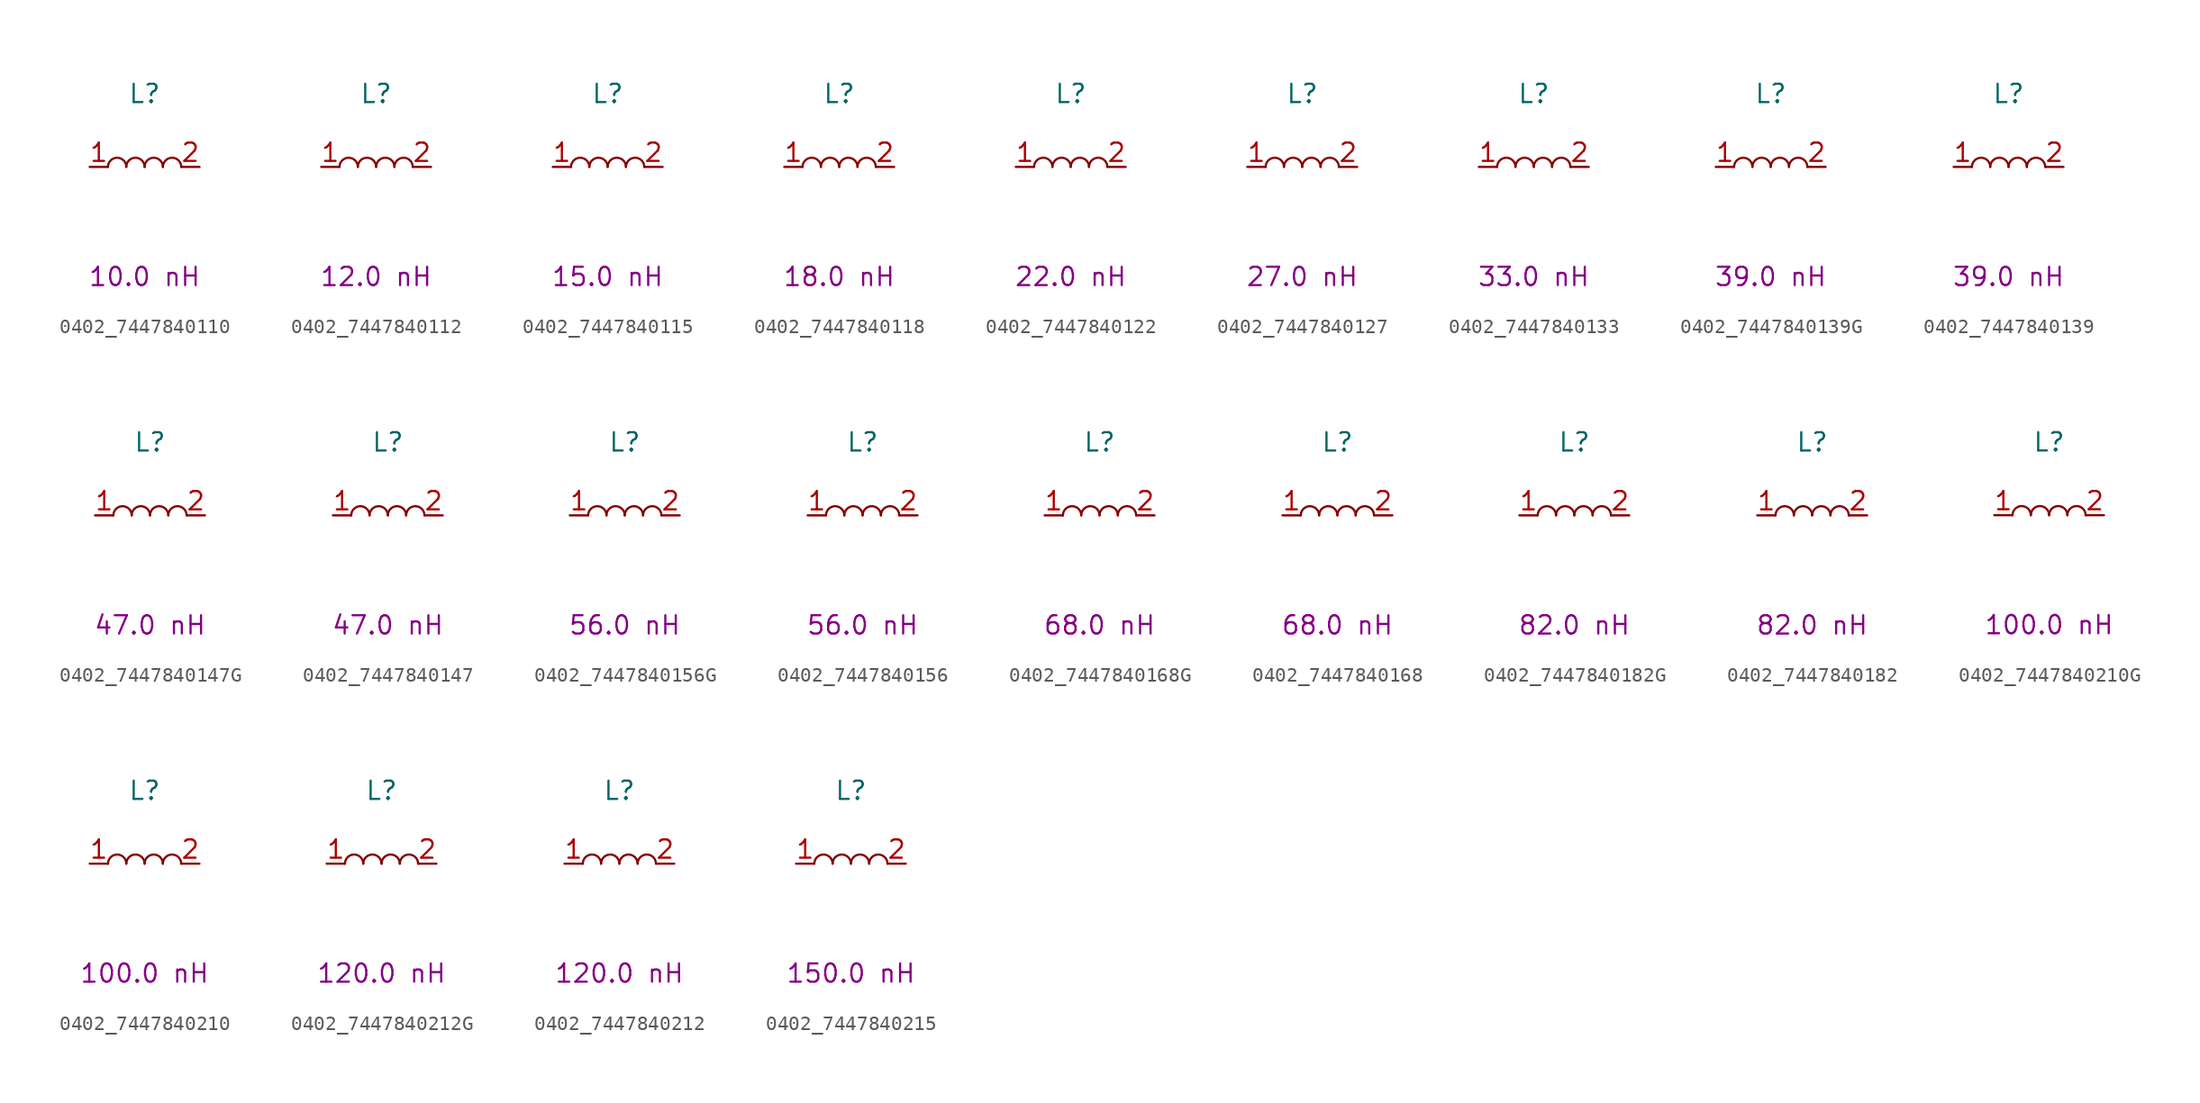
<source format=kicad_sym>
(kicad_symbol_lib
  (version 20220914)
  (generator kicad_symbol_editor)
  (symbol "0402_7447840110"
    (pin_names hide)
    (property "Reference" "L"
      (at 0 5.08 0)
      (effects (font (size 1.27 1.27))))
    (property "Critical Parameter" "10.0 nH"
      (at 0 -7.62 0)
      (effects (font (size 1.27 1.27))))
    (symbol "0402_7447840110_0_1"
      (arc (start -1.27 0) (mid -1.905 0.6323) (end -2.54 0) (stroke (width 0) (type default)) (fill (type none)))
      (arc (start 0 0) (mid -0.635 0.6323) (end -1.27 0) (stroke (width 0) (type default)) (fill (type none)))
      (arc (start 1.27 0) (mid 0.635 0.6323) (end 0 0) (stroke (width 0) (type default)) (fill (type none)))
      (arc (start 2.54 0) (mid 1.905 0.6323) (end 1.27 0) (stroke (width 0) (type default)) (fill (type none))))
    (symbol "0402_7447840110_1_1"
      (pin passive line (at -3.81 0 0) (length 1.27) (name "1" (effects (font (size 1.27 1.27)))) (number "1" (effects (font (size 1.27 1.27)))))
      (pin passive line (at 3.81 0 180) (length 1.27) (name "2" (effects (font (size 1.27 1.27)))) (number "2" (effects (font (size 1.27 1.27)))))))
  (symbol "0402_7447840112"
    (pin_names hide)
    (property "Reference" "L"
      (at 0 5.08 0)
      (effects (font (size 1.27 1.27))))
    (property "Critical Parameter" "12.0 nH"
      (at 0 -7.62 0)
      (effects (font (size 1.27 1.27))))
    (symbol "0402_7447840112_0_1"
      (arc (start -1.27 0) (mid -1.905 0.6323) (end -2.54 0) (stroke (width 0) (type default)) (fill (type none)))
      (arc (start 0 0) (mid -0.635 0.6323) (end -1.27 0) (stroke (width 0) (type default)) (fill (type none)))
      (arc (start 1.27 0) (mid 0.635 0.6323) (end 0 0) (stroke (width 0) (type default)) (fill (type none)))
      (arc (start 2.54 0) (mid 1.905 0.6323) (end 1.27 0) (stroke (width 0) (type default)) (fill (type none))))
    (symbol "0402_7447840112_1_1"
      (pin passive line (at -3.81 0 0) (length 1.27) (name "1" (effects (font (size 1.27 1.27)))) (number "1" (effects (font (size 1.27 1.27)))))
      (pin passive line (at 3.81 0 180) (length 1.27) (name "2" (effects (font (size 1.27 1.27)))) (number "2" (effects (font (size 1.27 1.27)))))))
  (symbol "0402_7447840115"
    (pin_names hide)
    (property "Reference" "L"
      (at 0 5.08 0)
      (effects (font (size 1.27 1.27))))
    (property "Critical Parameter" "15.0 nH"
      (at 0 -7.62 0)
      (effects (font (size 1.27 1.27))))
    (symbol "0402_7447840115_0_1"
      (arc (start -1.27 0) (mid -1.905 0.6323) (end -2.54 0) (stroke (width 0) (type default)) (fill (type none)))
      (arc (start 0 0) (mid -0.635 0.6323) (end -1.27 0) (stroke (width 0) (type default)) (fill (type none)))
      (arc (start 1.27 0) (mid 0.635 0.6323) (end 0 0) (stroke (width 0) (type default)) (fill (type none)))
      (arc (start 2.54 0) (mid 1.905 0.6323) (end 1.27 0) (stroke (width 0) (type default)) (fill (type none))))
    (symbol "0402_7447840115_1_1"
      (pin passive line (at -3.81 0 0) (length 1.27) (name "1" (effects (font (size 1.27 1.27)))) (number "1" (effects (font (size 1.27 1.27)))))
      (pin passive line (at 3.81 0 180) (length 1.27) (name "2" (effects (font (size 1.27 1.27)))) (number "2" (effects (font (size 1.27 1.27)))))))
  (symbol "0402_7447840118"
    (pin_names hide)
    (property "Reference" "L"
      (at 0 5.08 0)
      (effects (font (size 1.27 1.27))))
    (property "Critical Parameter" "18.0 nH"
      (at 0 -7.62 0)
      (effects (font (size 1.27 1.27))))
    (symbol "0402_7447840118_0_1"
      (arc (start -1.27 0) (mid -1.905 0.6323) (end -2.54 0) (stroke (width 0) (type default)) (fill (type none)))
      (arc (start 0 0) (mid -0.635 0.6323) (end -1.27 0) (stroke (width 0) (type default)) (fill (type none)))
      (arc (start 1.27 0) (mid 0.635 0.6323) (end 0 0) (stroke (width 0) (type default)) (fill (type none)))
      (arc (start 2.54 0) (mid 1.905 0.6323) (end 1.27 0) (stroke (width 0) (type default)) (fill (type none))))
    (symbol "0402_7447840118_1_1"
      (pin passive line (at -3.81 0 0) (length 1.27) (name "1" (effects (font (size 1.27 1.27)))) (number "1" (effects (font (size 1.27 1.27)))))
      (pin passive line (at 3.81 0 180) (length 1.27) (name "2" (effects (font (size 1.27 1.27)))) (number "2" (effects (font (size 1.27 1.27)))))))
  (symbol "0402_7447840122"
    (pin_names hide)
    (property "Reference" "L"
      (at 0 5.08 0)
      (effects (font (size 1.27 1.27))))
    (property "Critical Parameter" "22.0 nH"
      (at 0 -7.62 0)
      (effects (font (size 1.27 1.27))))
    (symbol "0402_7447840122_0_1"
      (arc (start -1.27 0) (mid -1.905 0.6323) (end -2.54 0) (stroke (width 0) (type default)) (fill (type none)))
      (arc (start 0 0) (mid -0.635 0.6323) (end -1.27 0) (stroke (width 0) (type default)) (fill (type none)))
      (arc (start 1.27 0) (mid 0.635 0.6323) (end 0 0) (stroke (width 0) (type default)) (fill (type none)))
      (arc (start 2.54 0) (mid 1.905 0.6323) (end 1.27 0) (stroke (width 0) (type default)) (fill (type none))))
    (symbol "0402_7447840122_1_1"
      (pin passive line (at -3.81 0 0) (length 1.27) (name "1" (effects (font (size 1.27 1.27)))) (number "1" (effects (font (size 1.27 1.27)))))
      (pin passive line (at 3.81 0 180) (length 1.27) (name "2" (effects (font (size 1.27 1.27)))) (number "2" (effects (font (size 1.27 1.27)))))))
  (symbol "0402_7447840127"
    (pin_names hide)
    (property "Reference" "L"
      (at 0 5.08 0)
      (effects (font (size 1.27 1.27))))
    (property "Critical Parameter" "27.0 nH"
      (at 0 -7.62 0)
      (effects (font (size 1.27 1.27))))
    (symbol "0402_7447840127_0_1"
      (arc (start -1.27 0) (mid -1.905 0.6323) (end -2.54 0) (stroke (width 0) (type default)) (fill (type none)))
      (arc (start 0 0) (mid -0.635 0.6323) (end -1.27 0) (stroke (width 0) (type default)) (fill (type none)))
      (arc (start 1.27 0) (mid 0.635 0.6323) (end 0 0) (stroke (width 0) (type default)) (fill (type none)))
      (arc (start 2.54 0) (mid 1.905 0.6323) (end 1.27 0) (stroke (width 0) (type default)) (fill (type none))))
    (symbol "0402_7447840127_1_1"
      (pin passive line (at -3.81 0 0) (length 1.27) (name "1" (effects (font (size 1.27 1.27)))) (number "1" (effects (font (size 1.27 1.27)))))
      (pin passive line (at 3.81 0 180) (length 1.27) (name "2" (effects (font (size 1.27 1.27)))) (number "2" (effects (font (size 1.27 1.27)))))))
  (symbol "0402_7447840133"
    (pin_names hide)
    (property "Reference" "L"
      (at 0 5.08 0)
      (effects (font (size 1.27 1.27))))
    (property "Critical Parameter" "33.0 nH"
      (at 0 -7.62 0)
      (effects (font (size 1.27 1.27))))
    (symbol "0402_7447840133_0_1"
      (arc (start -1.27 0) (mid -1.905 0.6323) (end -2.54 0) (stroke (width 0) (type default)) (fill (type none)))
      (arc (start 0 0) (mid -0.635 0.6323) (end -1.27 0) (stroke (width 0) (type default)) (fill (type none)))
      (arc (start 1.27 0) (mid 0.635 0.6323) (end 0 0) (stroke (width 0) (type default)) (fill (type none)))
      (arc (start 2.54 0) (mid 1.905 0.6323) (end 1.27 0) (stroke (width 0) (type default)) (fill (type none))))
    (symbol "0402_7447840133_1_1"
      (pin passive line (at -3.81 0 0) (length 1.27) (name "1" (effects (font (size 1.27 1.27)))) (number "1" (effects (font (size 1.27 1.27)))))
      (pin passive line (at 3.81 0 180) (length 1.27) (name "2" (effects (font (size 1.27 1.27)))) (number "2" (effects (font (size 1.27 1.27)))))))
  (symbol "0402_7447840139G"
    (pin_names hide)
    (property "Reference" "L"
      (at 0 5.08 0)
      (effects (font (size 1.27 1.27))))
    (property "Critical Parameter" "39.0 nH"
      (at 0 -7.62 0)
      (effects (font (size 1.27 1.27))))
    (symbol "0402_7447840139G_0_1"
      (arc (start -1.27 0) (mid -1.905 0.6323) (end -2.54 0) (stroke (width 0) (type default)) (fill (type none)))
      (arc (start 0 0) (mid -0.635 0.6323) (end -1.27 0) (stroke (width 0) (type default)) (fill (type none)))
      (arc (start 1.27 0) (mid 0.635 0.6323) (end 0 0) (stroke (width 0) (type default)) (fill (type none)))
      (arc (start 2.54 0) (mid 1.905 0.6323) (end 1.27 0) (stroke (width 0) (type default)) (fill (type none))))
    (symbol "0402_7447840139G_1_1"
      (pin passive line (at -3.81 0 0) (length 1.27) (name "1" (effects (font (size 1.27 1.27)))) (number "1" (effects (font (size 1.27 1.27)))))
      (pin passive line (at 3.81 0 180) (length 1.27) (name "2" (effects (font (size 1.27 1.27)))) (number "2" (effects (font (size 1.27 1.27)))))))
  (symbol "0402_7447840139"
    (pin_names hide)
    (property "Reference" "L"
      (at 0 5.08 0)
      (effects (font (size 1.27 1.27))))
    (property "Critical Parameter" "39.0 nH"
      (at 0 -7.62 0)
      (effects (font (size 1.27 1.27))))
    (symbol "0402_7447840139_0_1"
      (arc (start -1.27 0) (mid -1.905 0.6323) (end -2.54 0) (stroke (width 0) (type default)) (fill (type none)))
      (arc (start 0 0) (mid -0.635 0.6323) (end -1.27 0) (stroke (width 0) (type default)) (fill (type none)))
      (arc (start 1.27 0) (mid 0.635 0.6323) (end 0 0) (stroke (width 0) (type default)) (fill (type none)))
      (arc (start 2.54 0) (mid 1.905 0.6323) (end 1.27 0) (stroke (width 0) (type default)) (fill (type none))))
    (symbol "0402_7447840139_1_1"
      (pin passive line (at -3.81 0 0) (length 1.27) (name "1" (effects (font (size 1.27 1.27)))) (number "1" (effects (font (size 1.27 1.27)))))
      (pin passive line (at 3.81 0 180) (length 1.27) (name "2" (effects (font (size 1.27 1.27)))) (number "2" (effects (font (size 1.27 1.27)))))))
  (symbol "0402_7447840147G"
    (pin_names hide)
    (property "Reference" "L"
      (at 0 5.08 0)
      (effects (font (size 1.27 1.27))))
    (property "Critical Parameter" "47.0 nH"
      (at 0 -7.62 0)
      (effects (font (size 1.27 1.27))))
    (symbol "0402_7447840147G_0_1"
      (arc (start -1.27 0) (mid -1.905 0.6323) (end -2.54 0) (stroke (width 0) (type default)) (fill (type none)))
      (arc (start 0 0) (mid -0.635 0.6323) (end -1.27 0) (stroke (width 0) (type default)) (fill (type none)))
      (arc (start 1.27 0) (mid 0.635 0.6323) (end 0 0) (stroke (width 0) (type default)) (fill (type none)))
      (arc (start 2.54 0) (mid 1.905 0.6323) (end 1.27 0) (stroke (width 0) (type default)) (fill (type none))))
    (symbol "0402_7447840147G_1_1"
      (pin passive line (at -3.81 0 0) (length 1.27) (name "1" (effects (font (size 1.27 1.27)))) (number "1" (effects (font (size 1.27 1.27)))))
      (pin passive line (at 3.81 0 180) (length 1.27) (name "2" (effects (font (size 1.27 1.27)))) (number "2" (effects (font (size 1.27 1.27)))))))
  (symbol "0402_7447840147"
    (pin_names hide)
    (property "Reference" "L"
      (at 0 5.08 0)
      (effects (font (size 1.27 1.27))))
    (property "Critical Parameter" "47.0 nH"
      (at 0 -7.62 0)
      (effects (font (size 1.27 1.27))))
    (symbol "0402_7447840147_0_1"
      (arc (start -1.27 0) (mid -1.905 0.6323) (end -2.54 0) (stroke (width 0) (type default)) (fill (type none)))
      (arc (start 0 0) (mid -0.635 0.6323) (end -1.27 0) (stroke (width 0) (type default)) (fill (type none)))
      (arc (start 1.27 0) (mid 0.635 0.6323) (end 0 0) (stroke (width 0) (type default)) (fill (type none)))
      (arc (start 2.54 0) (mid 1.905 0.6323) (end 1.27 0) (stroke (width 0) (type default)) (fill (type none))))
    (symbol "0402_7447840147_1_1"
      (pin passive line (at -3.81 0 0) (length 1.27) (name "1" (effects (font (size 1.27 1.27)))) (number "1" (effects (font (size 1.27 1.27)))))
      (pin passive line (at 3.81 0 180) (length 1.27) (name "2" (effects (font (size 1.27 1.27)))) (number "2" (effects (font (size 1.27 1.27)))))))
  (symbol "0402_7447840156G"
    (pin_names hide)
    (property "Reference" "L"
      (at 0 5.08 0)
      (effects (font (size 1.27 1.27))))
    (property "Critical Parameter" "56.0 nH"
      (at 0 -7.62 0)
      (effects (font (size 1.27 1.27))))
    (symbol "0402_7447840156G_0_1"
      (arc (start -1.27 0) (mid -1.905 0.6323) (end -2.54 0) (stroke (width 0) (type default)) (fill (type none)))
      (arc (start 0 0) (mid -0.635 0.6323) (end -1.27 0) (stroke (width 0) (type default)) (fill (type none)))
      (arc (start 1.27 0) (mid 0.635 0.6323) (end 0 0) (stroke (width 0) (type default)) (fill (type none)))
      (arc (start 2.54 0) (mid 1.905 0.6323) (end 1.27 0) (stroke (width 0) (type default)) (fill (type none))))
    (symbol "0402_7447840156G_1_1"
      (pin passive line (at -3.81 0 0) (length 1.27) (name "1" (effects (font (size 1.27 1.27)))) (number "1" (effects (font (size 1.27 1.27)))))
      (pin passive line (at 3.81 0 180) (length 1.27) (name "2" (effects (font (size 1.27 1.27)))) (number "2" (effects (font (size 1.27 1.27)))))))
  (symbol "0402_7447840156"
    (pin_names hide)
    (property "Reference" "L"
      (at 0 5.08 0)
      (effects (font (size 1.27 1.27))))
    (property "Critical Parameter" "56.0 nH"
      (at 0 -7.62 0)
      (effects (font (size 1.27 1.27))))
    (symbol "0402_7447840156_0_1"
      (arc (start -1.27 0) (mid -1.905 0.6323) (end -2.54 0) (stroke (width 0) (type default)) (fill (type none)))
      (arc (start 0 0) (mid -0.635 0.6323) (end -1.27 0) (stroke (width 0) (type default)) (fill (type none)))
      (arc (start 1.27 0) (mid 0.635 0.6323) (end 0 0) (stroke (width 0) (type default)) (fill (type none)))
      (arc (start 2.54 0) (mid 1.905 0.6323) (end 1.27 0) (stroke (width 0) (type default)) (fill (type none))))
    (symbol "0402_7447840156_1_1"
      (pin passive line (at -3.81 0 0) (length 1.27) (name "1" (effects (font (size 1.27 1.27)))) (number "1" (effects (font (size 1.27 1.27)))))
      (pin passive line (at 3.81 0 180) (length 1.27) (name "2" (effects (font (size 1.27 1.27)))) (number "2" (effects (font (size 1.27 1.27)))))))
  (symbol "0402_7447840168G"
    (pin_names hide)
    (property "Reference" "L"
      (at 0 5.08 0)
      (effects (font (size 1.27 1.27))))
    (property "Critical Parameter" "68.0 nH"
      (at 0 -7.62 0)
      (effects (font (size 1.27 1.27))))
    (symbol "0402_7447840168G_0_1"
      (arc (start -1.27 0) (mid -1.905 0.6323) (end -2.54 0) (stroke (width 0) (type default)) (fill (type none)))
      (arc (start 0 0) (mid -0.635 0.6323) (end -1.27 0) (stroke (width 0) (type default)) (fill (type none)))
      (arc (start 1.27 0) (mid 0.635 0.6323) (end 0 0) (stroke (width 0) (type default)) (fill (type none)))
      (arc (start 2.54 0) (mid 1.905 0.6323) (end 1.27 0) (stroke (width 0) (type default)) (fill (type none))))
    (symbol "0402_7447840168G_1_1"
      (pin passive line (at -3.81 0 0) (length 1.27) (name "1" (effects (font (size 1.27 1.27)))) (number "1" (effects (font (size 1.27 1.27)))))
      (pin passive line (at 3.81 0 180) (length 1.27) (name "2" (effects (font (size 1.27 1.27)))) (number "2" (effects (font (size 1.27 1.27)))))))
  (symbol "0402_7447840168"
    (pin_names hide)
    (property "Reference" "L"
      (at 0 5.08 0)
      (effects (font (size 1.27 1.27))))
    (property "Critical Parameter" "68.0 nH"
      (at 0 -7.62 0)
      (effects (font (size 1.27 1.27))))
    (symbol "0402_7447840168_0_1"
      (arc (start -1.27 0) (mid -1.905 0.6323) (end -2.54 0) (stroke (width 0) (type default)) (fill (type none)))
      (arc (start 0 0) (mid -0.635 0.6323) (end -1.27 0) (stroke (width 0) (type default)) (fill (type none)))
      (arc (start 1.27 0) (mid 0.635 0.6323) (end 0 0) (stroke (width 0) (type default)) (fill (type none)))
      (arc (start 2.54 0) (mid 1.905 0.6323) (end 1.27 0) (stroke (width 0) (type default)) (fill (type none))))
    (symbol "0402_7447840168_1_1"
      (pin passive line (at -3.81 0 0) (length 1.27) (name "1" (effects (font (size 1.27 1.27)))) (number "1" (effects (font (size 1.27 1.27)))))
      (pin passive line (at 3.81 0 180) (length 1.27) (name "2" (effects (font (size 1.27 1.27)))) (number "2" (effects (font (size 1.27 1.27)))))))
  (symbol "0402_7447840182G"
    (pin_names hide)
    (property "Reference" "L"
      (at 0 5.08 0)
      (effects (font (size 1.27 1.27))))
    (property "Critical Parameter" "82.0 nH"
      (at 0 -7.62 0)
      (effects (font (size 1.27 1.27))))
    (symbol "0402_7447840182G_0_1"
      (arc (start -1.27 0) (mid -1.905 0.6323) (end -2.54 0) (stroke (width 0) (type default)) (fill (type none)))
      (arc (start 0 0) (mid -0.635 0.6323) (end -1.27 0) (stroke (width 0) (type default)) (fill (type none)))
      (arc (start 1.27 0) (mid 0.635 0.6323) (end 0 0) (stroke (width 0) (type default)) (fill (type none)))
      (arc (start 2.54 0) (mid 1.905 0.6323) (end 1.27 0) (stroke (width 0) (type default)) (fill (type none))))
    (symbol "0402_7447840182G_1_1"
      (pin passive line (at -3.81 0 0) (length 1.27) (name "1" (effects (font (size 1.27 1.27)))) (number "1" (effects (font (size 1.27 1.27)))))
      (pin passive line (at 3.81 0 180) (length 1.27) (name "2" (effects (font (size 1.27 1.27)))) (number "2" (effects (font (size 1.27 1.27)))))))
  (symbol "0402_7447840182"
    (pin_names hide)
    (property "Reference" "L"
      (at 0 5.08 0)
      (effects (font (size 1.27 1.27))))
    (property "Critical Parameter" "82.0 nH"
      (at 0 -7.62 0)
      (effects (font (size 1.27 1.27))))
    (symbol "0402_7447840182_0_1"
      (arc (start -1.27 0) (mid -1.905 0.6323) (end -2.54 0) (stroke (width 0) (type default)) (fill (type none)))
      (arc (start 0 0) (mid -0.635 0.6323) (end -1.27 0) (stroke (width 0) (type default)) (fill (type none)))
      (arc (start 1.27 0) (mid 0.635 0.6323) (end 0 0) (stroke (width 0) (type default)) (fill (type none)))
      (arc (start 2.54 0) (mid 1.905 0.6323) (end 1.27 0) (stroke (width 0) (type default)) (fill (type none))))
    (symbol "0402_7447840182_1_1"
      (pin passive line (at -3.81 0 0) (length 1.27) (name "1" (effects (font (size 1.27 1.27)))) (number "1" (effects (font (size 1.27 1.27)))))
      (pin passive line (at 3.81 0 180) (length 1.27) (name "2" (effects (font (size 1.27 1.27)))) (number "2" (effects (font (size 1.27 1.27)))))))
  (symbol "0402_7447840210G"
    (pin_names hide)
    (property "Reference" "L"
      (at 0 5.08 0)
      (effects (font (size 1.27 1.27))))
    (property "Critical Parameter" "100.0 nH"
      (at 0 -7.62 0)
      (effects (font (size 1.27 1.27))))
    (symbol "0402_7447840210G_0_1"
      (arc (start -1.27 0) (mid -1.905 0.6323) (end -2.54 0) (stroke (width 0) (type default)) (fill (type none)))
      (arc (start 0 0) (mid -0.635 0.6323) (end -1.27 0) (stroke (width 0) (type default)) (fill (type none)))
      (arc (start 1.27 0) (mid 0.635 0.6323) (end 0 0) (stroke (width 0) (type default)) (fill (type none)))
      (arc (start 2.54 0) (mid 1.905 0.6323) (end 1.27 0) (stroke (width 0) (type default)) (fill (type none))))
    (symbol "0402_7447840210G_1_1"
      (pin passive line (at -3.81 0 0) (length 1.27) (name "1" (effects (font (size 1.27 1.27)))) (number "1" (effects (font (size 1.27 1.27)))))
      (pin passive line (at 3.81 0 180) (length 1.27) (name "2" (effects (font (size 1.27 1.27)))) (number "2" (effects (font (size 1.27 1.27)))))))
  (symbol "0402_7447840210"
    (pin_names hide)
    (property "Reference" "L"
      (at 0 5.08 0)
      (effects (font (size 1.27 1.27))))
    (property "Critical Parameter" "100.0 nH"
      (at 0 -7.62 0)
      (effects (font (size 1.27 1.27))))
    (symbol "0402_7447840210_0_1"
      (arc (start -1.27 0) (mid -1.905 0.6323) (end -2.54 0) (stroke (width 0) (type default)) (fill (type none)))
      (arc (start 0 0) (mid -0.635 0.6323) (end -1.27 0) (stroke (width 0) (type default)) (fill (type none)))
      (arc (start 1.27 0) (mid 0.635 0.6323) (end 0 0) (stroke (width 0) (type default)) (fill (type none)))
      (arc (start 2.54 0) (mid 1.905 0.6323) (end 1.27 0) (stroke (width 0) (type default)) (fill (type none))))
    (symbol "0402_7447840210_1_1"
      (pin passive line (at -3.81 0 0) (length 1.27) (name "1" (effects (font (size 1.27 1.27)))) (number "1" (effects (font (size 1.27 1.27)))))
      (pin passive line (at 3.81 0 180) (length 1.27) (name "2" (effects (font (size 1.27 1.27)))) (number "2" (effects (font (size 1.27 1.27)))))))
  (symbol "0402_7447840212G"
    (pin_names hide)
    (property "Reference" "L"
      (at 0 5.08 0)
      (effects (font (size 1.27 1.27))))
    (property "Critical Parameter" "120.0 nH"
      (at 0 -7.62 0)
      (effects (font (size 1.27 1.27))))
    (symbol "0402_7447840212G_0_1"
      (arc (start -1.27 0) (mid -1.905 0.6323) (end -2.54 0) (stroke (width 0) (type default)) (fill (type none)))
      (arc (start 0 0) (mid -0.635 0.6323) (end -1.27 0) (stroke (width 0) (type default)) (fill (type none)))
      (arc (start 1.27 0) (mid 0.635 0.6323) (end 0 0) (stroke (width 0) (type default)) (fill (type none)))
      (arc (start 2.54 0) (mid 1.905 0.6323) (end 1.27 0) (stroke (width 0) (type default)) (fill (type none))))
    (symbol "0402_7447840212G_1_1"
      (pin passive line (at -3.81 0 0) (length 1.27) (name "1" (effects (font (size 1.27 1.27)))) (number "1" (effects (font (size 1.27 1.27)))))
      (pin passive line (at 3.81 0 180) (length 1.27) (name "2" (effects (font (size 1.27 1.27)))) (number "2" (effects (font (size 1.27 1.27)))))))
  (symbol "0402_7447840212"
    (pin_names hide)
    (property "Reference" "L"
      (at 0 5.08 0)
      (effects (font (size 1.27 1.27))))
    (property "Critical Parameter" "120.0 nH"
      (at 0 -7.62 0)
      (effects (font (size 1.27 1.27))))
    (symbol "0402_7447840212_0_1"
      (arc (start -1.27 0) (mid -1.905 0.6323) (end -2.54 0) (stroke (width 0) (type default)) (fill (type none)))
      (arc (start 0 0) (mid -0.635 0.6323) (end -1.27 0) (stroke (width 0) (type default)) (fill (type none)))
      (arc (start 1.27 0) (mid 0.635 0.6323) (end 0 0) (stroke (width 0) (type default)) (fill (type none)))
      (arc (start 2.54 0) (mid 1.905 0.6323) (end 1.27 0) (stroke (width 0) (type default)) (fill (type none))))
    (symbol "0402_7447840212_1_1"
      (pin passive line (at -3.81 0 0) (length 1.27) (name "1" (effects (font (size 1.27 1.27)))) (number "1" (effects (font (size 1.27 1.27)))))
      (pin passive line (at 3.81 0 180) (length 1.27) (name "2" (effects (font (size 1.27 1.27)))) (number "2" (effects (font (size 1.27 1.27)))))))
  (symbol "0402_7447840215"
    (pin_names hide)
    (property "Reference" "L"
      (at 0 5.08 0)
      (effects (font (size 1.27 1.27))))
    (property "Critical Parameter" "150.0 nH"
      (at 0 -7.62 0)
      (effects (font (size 1.27 1.27))))
    (symbol "0402_7447840215_0_1"
      (arc (start -1.27 0) (mid -1.905 0.6323) (end -2.54 0) (stroke (width 0) (type default)) (fill (type none)))
      (arc (start 0 0) (mid -0.635 0.6323) (end -1.27 0) (stroke (width 0) (type default)) (fill (type none)))
      (arc (start 1.27 0) (mid 0.635 0.6323) (end 0 0) (stroke (width 0) (type default)) (fill (type none)))
      (arc (start 2.54 0) (mid 1.905 0.6323) (end 1.27 0) (stroke (width 0) (type default)) (fill (type none))))
    (symbol "0402_7447840215_1_1"
      (pin passive line (at -3.81 0 0) (length 1.27) (name "1" (effects (font (size 1.27 1.27)))) (number "1" (effects (font (size 1.27 1.27)))))
      (pin passive line (at 3.81 0 180) (length 1.27) (name "2" (effects (font (size 1.27 1.27)))) (number "2" (effects (font (size 1.27 1.27))))))))
</source>
